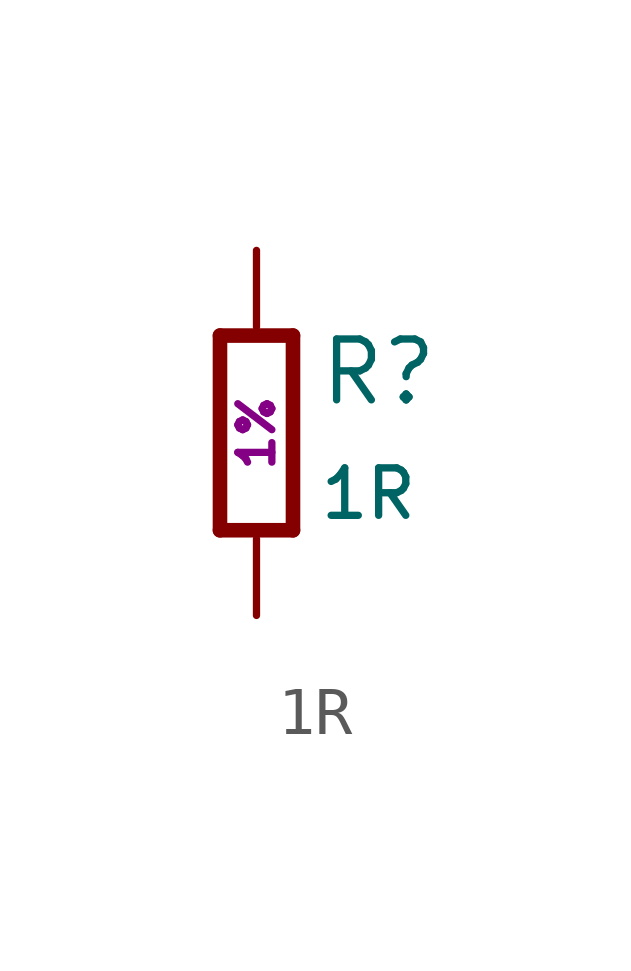
<source format=kicad_sym>
(kicad_symbol_lib
  (version 20211014)
  (generator kicad_symbol_editor)
  (symbol "1R"
    (pin_numbers hide)
    (pin_names
      (offset 0.254) hide)
    (property "Reference" "R"
      (at 1.27 1.27 0)
      (effects (font (size 1.27 1.27)) (justify left)))
    (property "Value" "1R"
      (at 1.27 -1.27 0)
      (effects (font (size 0.991 0.991)) (justify left)))
    (property "Tolerance" "1%"
      (at 0 0 90)
      (effects (font (size 0.711 0.711))))
    (symbol "1R_1_1"
      (polyline (pts (xy -0.762 -2.032) (xy -0.762 2.032)) (stroke (width 0.305) (type default) (color 0 0 0 0)) (fill (type outline)))
      (polyline (pts (xy 0.762 -2.032) (xy -0.762 -2.032)) (stroke (width 0.305) (type default) (color 0 0 0 0)) (fill (type outline)))
      (polyline (pts (xy 0.762 -2.032) (xy 0.762 2.032)) (stroke (width 0.305) (type default) (color 0 0 0 0)) (fill (type outline)))
      (polyline (pts (xy 0.762 2.032) (xy -0.762 2.032)) (stroke (width 0.305) (type default) (color 0 0 0 0)) (fill (type outline)))
      (pin passive line (at 0 3.81 270) (length 1.6) (name "~" (effects (font (size 1.27 1.27)))) (number "1" (effects (font (size 1.27 1.27)))))
      (pin passive line (at 0 -3.81 90) (length 1.6) (name "~" (effects (font (size 1.27 1.27)))) (number "2" (effects (font (size 1.27 1.27))))))))
</source>
